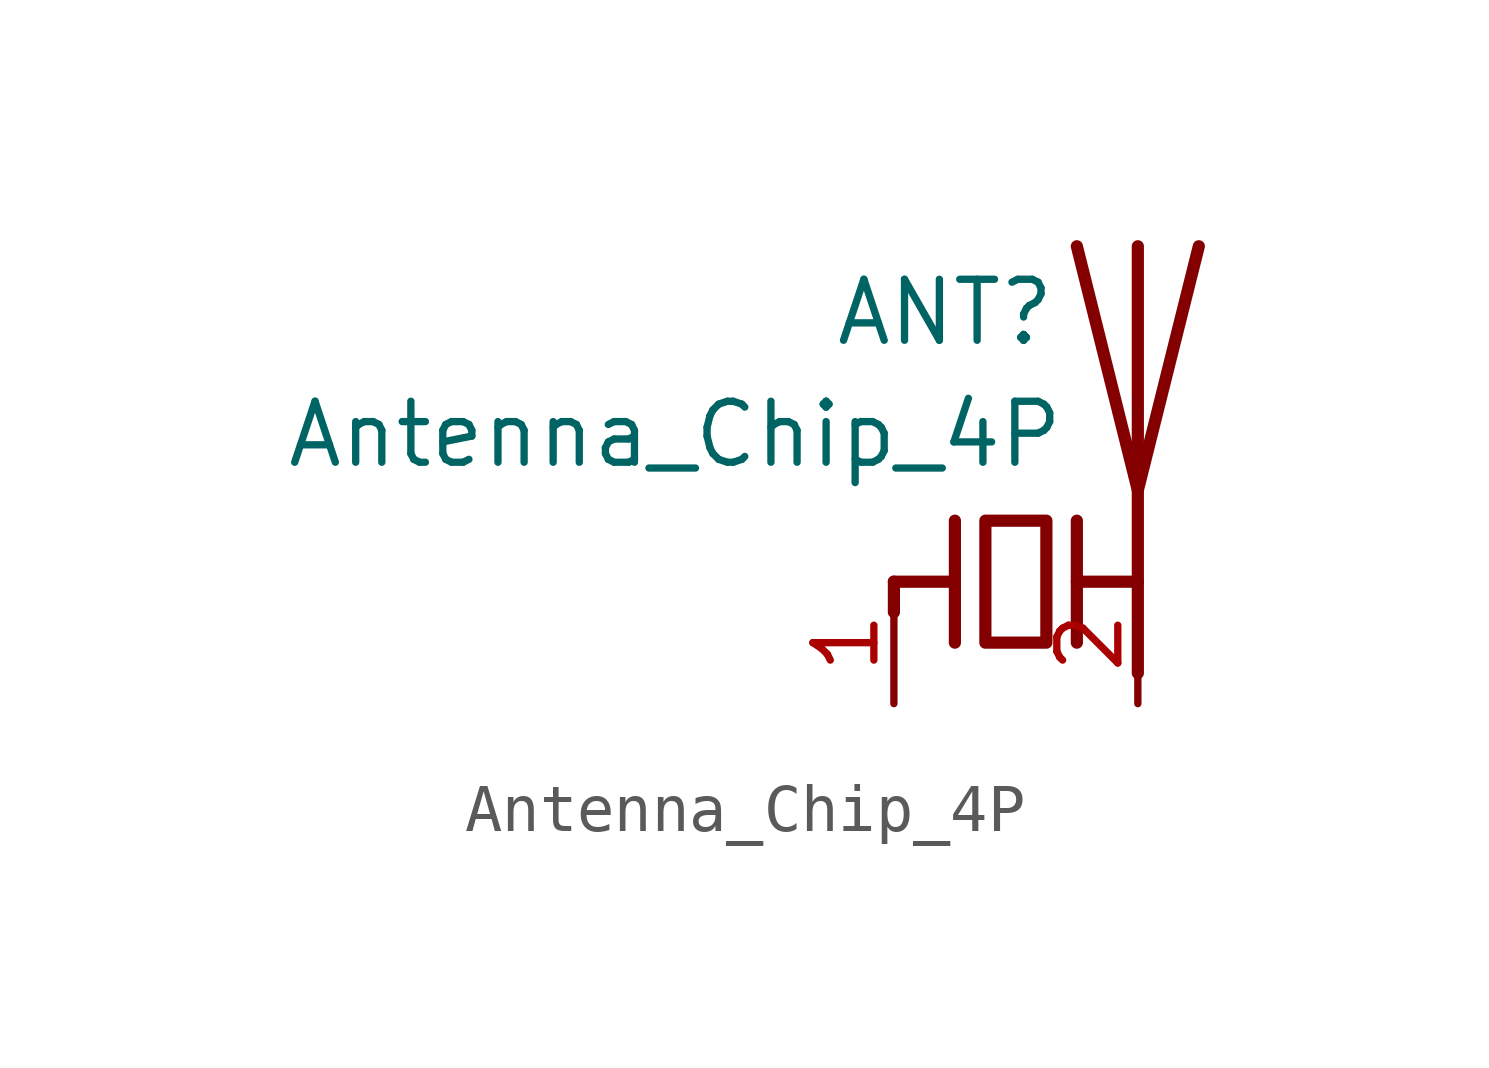
<source format=kicad_sym>
(kicad_symbol_lib
  (version 20220914)
  (generator kicad_symbol_editor)
  (symbol "Antenna_Chip_4P"
    (pin_names hide)
    (property "Reference" "ANT"
      (at -3.81 6.35 0)
      (effects (font (size 1.27 1.27)) (justify left top)))
    (property "Value" "Antenna_Chip_4P"
      (at -15.24 3.81 0)
      (effects (font (size 1.27 1.27)) (justify left top)))
    (symbol "Antenna_Chip_4P_0_1"
      (polyline (pts (xy -2.54 0) (xy -2.54 -0.635)) (stroke (width 0.254) (type default)) (fill (type none)))
      (polyline (pts (xy -2.54 0) (xy -1.27 0)) (stroke (width 0.254) (type default)) (fill (type none)))
      (polyline (pts (xy 1.27 0) (xy 2.54 0)) (stroke (width 0.254) (type default)) (fill (type none)))
      (polyline (pts (xy 1.27 1.27) (xy 1.27 -1.27)) (stroke (width 0.254) (type default)) (fill (type none)))
      (polyline (pts (xy 2.54 -0.635) (xy 2.54 0)) (stroke (width 0) (type default)) (fill (type none)))
      (polyline (pts (xy 2.54 6.985) (xy 2.54 -1.905)) (stroke (width 0.254) (type default)) (fill (type none)))
      (polyline (pts (xy -1.27 1.27) (xy -1.27 -1.27) (xy -1.27 0)) (stroke (width 0.254) (type default)) (fill (type none)))
      (polyline (pts (xy 3.81 6.985) (xy 2.54 1.905) (xy 1.27 6.985)) (stroke (width 0.254) (type default)) (fill (type none)))
      (polyline (pts (xy -0.635 1.27) (xy 0.635 1.27) (xy 0.635 -1.27) (xy -0.635 -1.27) (xy -0.635 1.27)) (stroke (width 0.254) (type default)) (fill (type none))))
    (symbol "Antenna_Chip_4P_1_1"
      (pin input line (at -2.54 -2.54 90) (length 2.54) (name "FEED" (effects (font (size 1.27 1.27)))) (number "1" (effects (font (size 1.27 1.27)))))
      (pin passive line (at 2.54 -2.54 90) (length 2.54) (name "GND" (effects (font (size 1.27 1.27)))) (number "2" (effects (font (size 1.27 1.27)))))
      (pin passive line (at 2.54 -2.54 90) (length 2.54) hide (name "GND" (effects (font (size 1.27 1.27)))) (number "3" (effects (font (size 1.27 1.27)))))
      (pin passive line (at 2.54 -2.54 90) (length 2.54) hide (name "GND" (effects (font (size 1.27 1.27)))) (number "4" (effects (font (size 1.27 1.27))))))))
</source>
